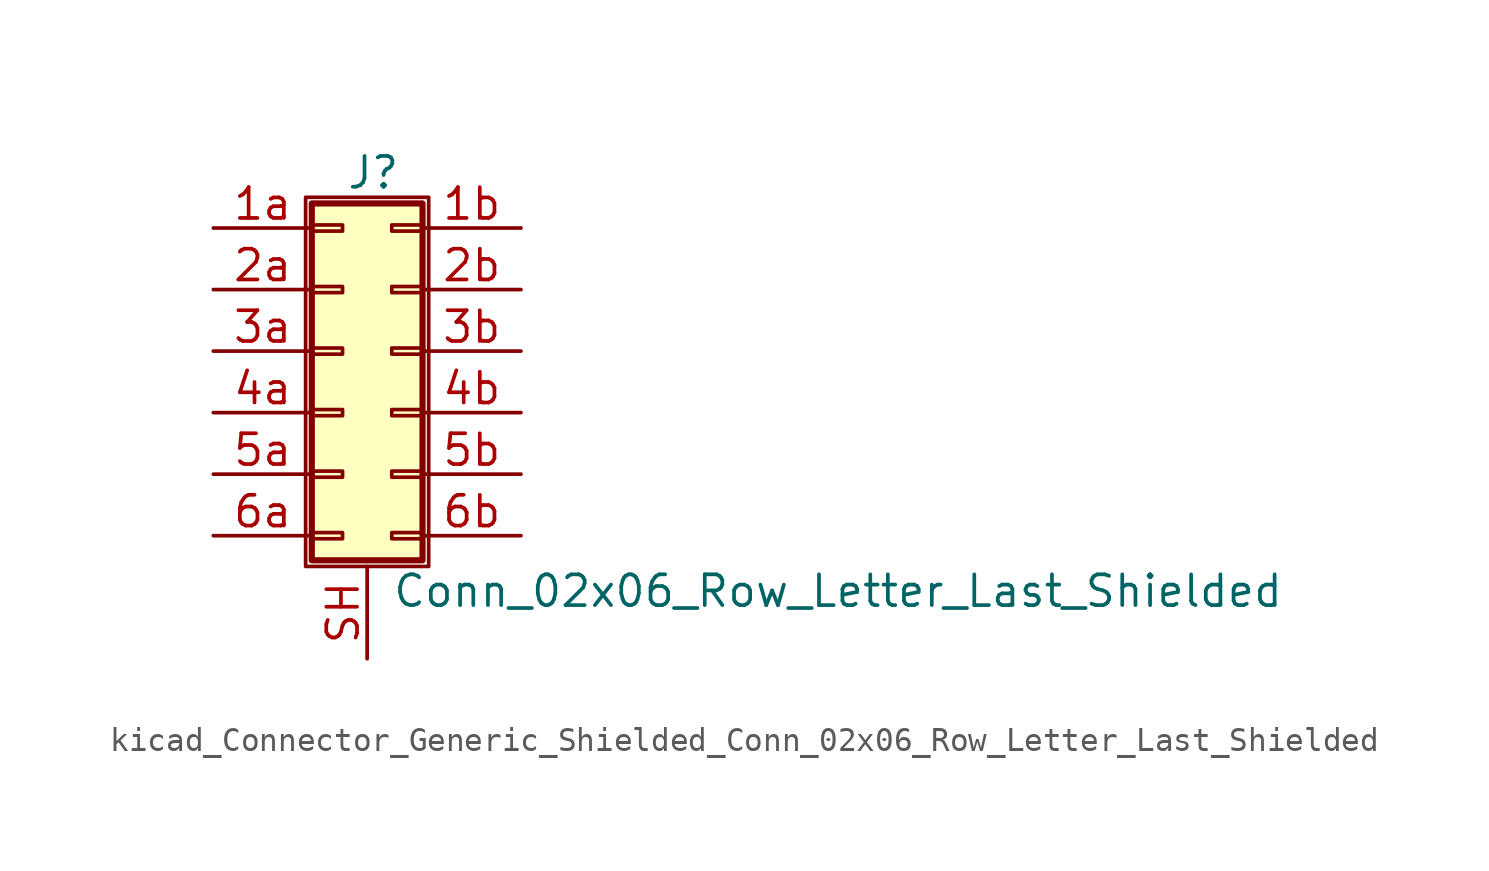
<source format=kicad_sym>
(kicad_symbol_lib
  (version 20220914)
  (generator kicad_symbol_editor)
  (symbol "kicad_Connector_Generic_Shielded_Conn_02x06_Row_Letter_Last_Shielded"
    (pin_names
      (offset 1.016) hide)
    (property "Reference" "J"
      (at 1.524 7.366 0)
      (effects (font (size 1.27 1.27))))
    (property "Value" "Conn_02x06_Row_Letter_Last_Shielded"
      (at 2.286 -9.906 0)
      (effects (font (size 1.27 1.27)) (justify left)))
    (symbol "kicad_Connector_Generic_Shielded_Conn_02x06_Row_Letter_Last_Shielded_1_1"
      (rectangle (start -1.27 6.35) (end 3.81 -8.89) (stroke (width 0.152) (type default)) (fill (type none)))
      (rectangle (start -1.016 -7.493) (end 0.254 -7.747) (stroke (width 0.152) (type default)) (fill (type none)))
      (rectangle (start -1.016 -4.953) (end 0.254 -5.207) (stroke (width 0.152) (type default)) (fill (type none)))
      (rectangle (start -1.016 -2.413) (end 0.254 -2.667) (stroke (width 0.152) (type default)) (fill (type none)))
      (rectangle (start -1.016 0.127) (end 0.254 -0.127) (stroke (width 0.152) (type default)) (fill (type none)))
      (rectangle (start -1.016 2.667) (end 0.254 2.413) (stroke (width 0.152) (type default)) (fill (type none)))
      (rectangle (start -1.016 5.207) (end 0.254 4.953) (stroke (width 0.152) (type default)) (fill (type none)))
      (rectangle (start -1.016 6.096) (end 3.556 -8.636) (stroke (width 0.254) (type default)) (fill (type background)))
      (rectangle (start 3.556 -7.493) (end 2.286 -7.747) (stroke (width 0.152) (type default)) (fill (type none)))
      (rectangle (start 3.556 -4.953) (end 2.286 -5.207) (stroke (width 0.152) (type default)) (fill (type none)))
      (rectangle (start 3.556 -2.413) (end 2.286 -2.667) (stroke (width 0.152) (type default)) (fill (type none)))
      (rectangle (start 3.556 0.127) (end 2.286 -0.127) (stroke (width 0.152) (type default)) (fill (type none)))
      (rectangle (start 3.556 2.667) (end 2.286 2.413) (stroke (width 0.152) (type default)) (fill (type none)))
      (rectangle (start 3.556 5.207) (end 2.286 4.953) (stroke (width 0.152) (type default)) (fill (type none)))
      (pin passive line (at -5.08 5.08 0) (length 4.064) (name "Pin_1a" (effects (font (size 1.27 1.27)))) (number "1a" (effects (font (size 1.27 1.27)))))
      (pin passive line (at 7.62 5.08 180) (length 4.064) (name "Pin_1b" (effects (font (size 1.27 1.27)))) (number "1b" (effects (font (size 1.27 1.27)))))
      (pin passive line (at -5.08 2.54 0) (length 4.064) (name "Pin_2a" (effects (font (size 1.27 1.27)))) (number "2a" (effects (font (size 1.27 1.27)))))
      (pin passive line (at 7.62 2.54 180) (length 4.064) (name "Pin_2b" (effects (font (size 1.27 1.27)))) (number "2b" (effects (font (size 1.27 1.27)))))
      (pin passive line (at -5.08 0 0) (length 4.064) (name "Pin_3a" (effects (font (size 1.27 1.27)))) (number "3a" (effects (font (size 1.27 1.27)))))
      (pin passive line (at 7.62 0 180) (length 4.064) (name "Pin_3b" (effects (font (size 1.27 1.27)))) (number "3b" (effects (font (size 1.27 1.27)))))
      (pin passive line (at -5.08 -2.54 0) (length 4.064) (name "Pin_4a" (effects (font (size 1.27 1.27)))) (number "4a" (effects (font (size 1.27 1.27)))))
      (pin passive line (at 7.62 -2.54 180) (length 4.064) (name "Pin_4b" (effects (font (size 1.27 1.27)))) (number "4b" (effects (font (size 1.27 1.27)))))
      (pin passive line (at -5.08 -5.08 0) (length 4.064) (name "Pin_5a" (effects (font (size 1.27 1.27)))) (number "5a" (effects (font (size 1.27 1.27)))))
      (pin passive line (at 7.62 -5.08 180) (length 4.064) (name "Pin_5b" (effects (font (size 1.27 1.27)))) (number "5b" (effects (font (size 1.27 1.27)))))
      (pin passive line (at -5.08 -7.62 0) (length 4.064) (name "Pin_6a" (effects (font (size 1.27 1.27)))) (number "6a" (effects (font (size 1.27 1.27)))))
      (pin passive line (at 7.62 -7.62 180) (length 4.064) (name "Pin_6b" (effects (font (size 1.27 1.27)))) (number "6b" (effects (font (size 1.27 1.27)))))
      (pin passive line (at 1.27 -12.7 90) (length 3.81) (name "Shield" (effects (font (size 1.27 1.27)))) (number "SH" (effects (font (size 1.27 1.27))))))))
</source>
